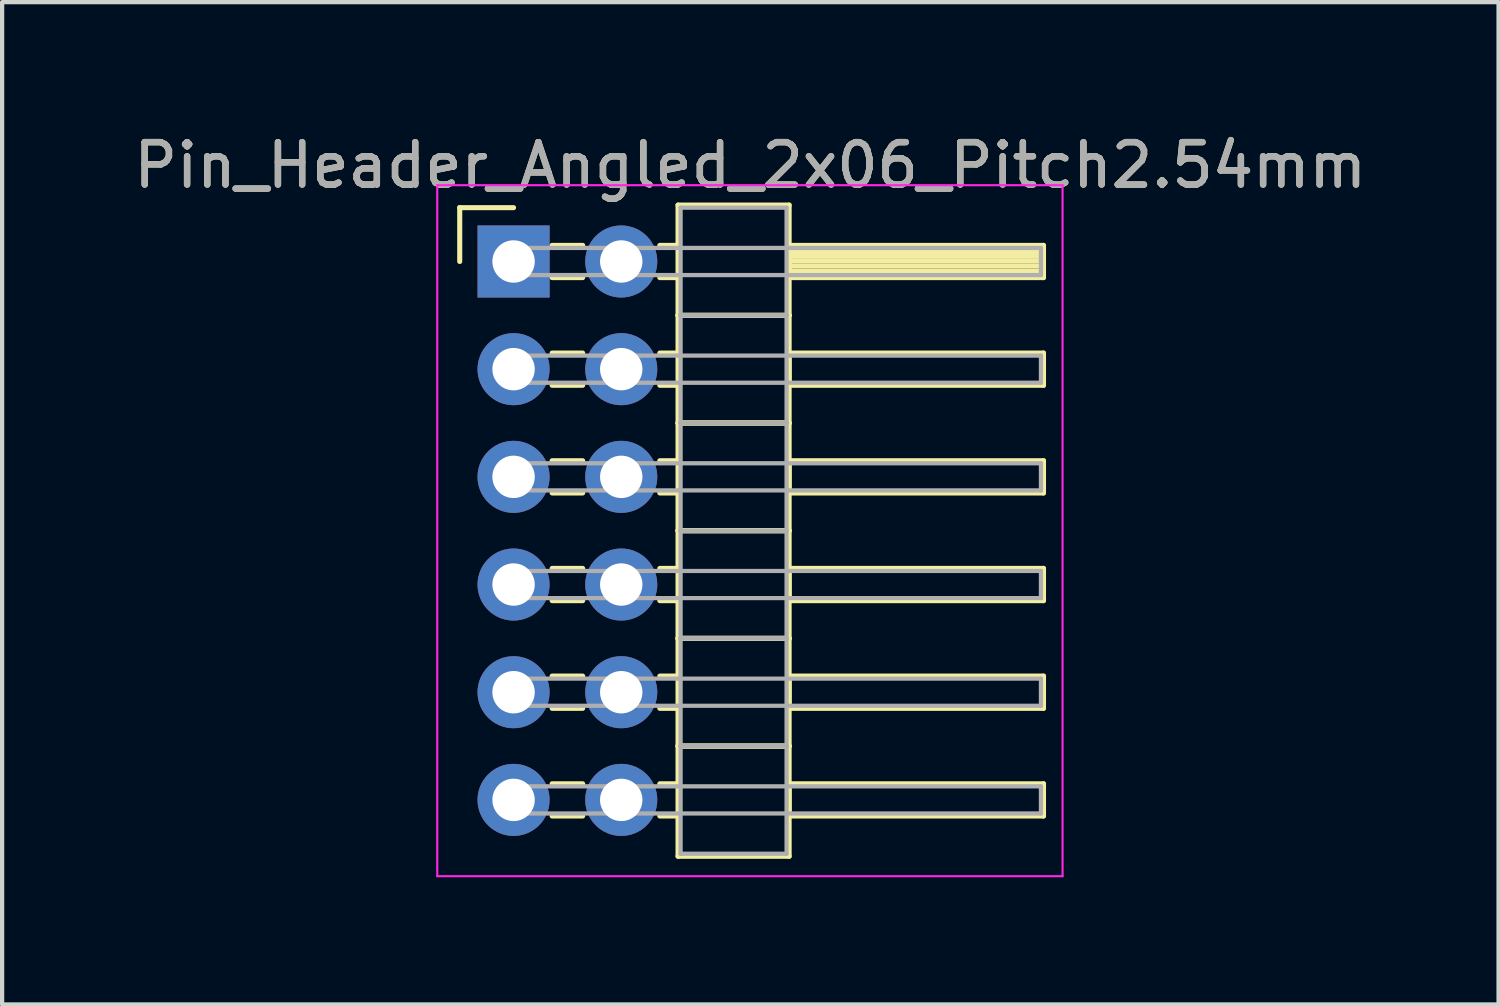
<source format=kicad_pcb>
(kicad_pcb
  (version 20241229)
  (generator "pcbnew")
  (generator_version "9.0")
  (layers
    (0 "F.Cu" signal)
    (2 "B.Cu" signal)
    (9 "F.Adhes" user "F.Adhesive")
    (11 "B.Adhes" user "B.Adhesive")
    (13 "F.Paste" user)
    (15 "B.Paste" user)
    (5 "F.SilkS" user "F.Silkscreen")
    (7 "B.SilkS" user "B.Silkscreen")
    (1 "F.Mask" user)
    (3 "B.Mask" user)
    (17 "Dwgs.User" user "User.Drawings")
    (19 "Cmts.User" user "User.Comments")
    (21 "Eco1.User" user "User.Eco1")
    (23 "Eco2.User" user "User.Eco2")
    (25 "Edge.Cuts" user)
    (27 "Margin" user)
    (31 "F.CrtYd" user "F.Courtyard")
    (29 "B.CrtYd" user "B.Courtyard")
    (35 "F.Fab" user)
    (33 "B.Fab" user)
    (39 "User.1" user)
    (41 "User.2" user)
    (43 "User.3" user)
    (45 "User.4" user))
  (footprint "Pin_Header_Angled_2x06_Pitch2.54mm"
    (layer "F.Cu")
    (at 9.064 3.118)
    (property "Reference" "Pin_Header_Angled_2x06_Pitch2.54mm" (at 5.585 -2.27 0) (layer "F.SilkS") (effects (font (size 1 1) (thickness 0.15))))
    (attr through_hole)
    (fp_line (start -1.27 -1.27) (end 0 -1.27) (stroke (width 0.12) (type solid)) (layer "F.SilkS"))
    (fp_line (start -1.27 0) (end -1.27 -1.27) (stroke (width 0.12) (type solid)) (layer "F.SilkS"))
    (fp_line (start 0.91 -0.38) (end 1.63 -0.38) (stroke (width 0.12) (type solid)) (layer "F.SilkS"))
    (fp_line (start 0.91 0.38) (end 1.63 0.38) (stroke (width 0.12) (type solid)) (layer "F.SilkS"))
    (fp_line (start 0.91 2.16) (end 1.63 2.16) (stroke (width 0.12) (type solid)) (layer "F.SilkS"))
    (fp_line (start 0.91 2.92) (end 1.63 2.92) (stroke (width 0.12) (type solid)) (layer "F.SilkS"))
    (fp_line (start 0.91 4.7) (end 1.63 4.7) (stroke (width 0.12) (type solid)) (layer "F.SilkS"))
    (fp_line (start 0.91 5.46) (end 1.63 5.46) (stroke (width 0.12) (type solid)) (layer "F.SilkS"))
    (fp_line (start 0.91 7.24) (end 1.63 7.24) (stroke (width 0.12) (type solid)) (layer "F.SilkS"))
    (fp_line (start 0.91 8) (end 1.63 8) (stroke (width 0.12) (type solid)) (layer "F.SilkS"))
    (fp_line (start 0.91 9.78) (end 1.63 9.78) (stroke (width 0.12) (type solid)) (layer "F.SilkS"))
    (fp_line (start 0.91 10.54) (end 1.63 10.54) (stroke (width 0.12) (type solid)) (layer "F.SilkS"))
    (fp_line (start 0.91 12.32) (end 1.63 12.32) (stroke (width 0.12) (type solid)) (layer "F.SilkS"))
    (fp_line (start 0.91 13.08) (end 1.63 13.08) (stroke (width 0.12) (type solid)) (layer "F.SilkS"))
    (fp_line (start 3.45 -0.38) (end 3.88 -0.38) (stroke (width 0.12) (type solid)) (layer "F.SilkS"))
    (fp_line (start 3.45 0.38) (end 3.88 0.38) (stroke (width 0.12) (type solid)) (layer "F.SilkS"))
    (fp_line (start 3.45 2.16) (end 3.88 2.16) (stroke (width 0.12) (type solid)) (layer "F.SilkS"))
    (fp_line (start 3.45 2.92) (end 3.88 2.92) (stroke (width 0.12) (type solid)) (layer "F.SilkS"))
    (fp_line (start 3.45 4.7) (end 3.88 4.7) (stroke (width 0.12) (type solid)) (layer "F.SilkS"))
    (fp_line (start 3.45 5.46) (end 3.88 5.46) (stroke (width 0.12) (type solid)) (layer "F.SilkS"))
    (fp_line (start 3.45 7.24) (end 3.88 7.24) (stroke (width 0.12) (type solid)) (layer "F.SilkS"))
    (fp_line (start 3.45 8) (end 3.88 8) (stroke (width 0.12) (type solid)) (layer "F.SilkS"))
    (fp_line (start 3.45 9.78) (end 3.88 9.78) (stroke (width 0.12) (type solid)) (layer "F.SilkS"))
    (fp_line (start 3.45 10.54) (end 3.88 10.54) (stroke (width 0.12) (type solid)) (layer "F.SilkS"))
    (fp_line (start 3.45 12.32) (end 3.88 12.32) (stroke (width 0.12) (type solid)) (layer "F.SilkS"))
    (fp_line (start 3.45 13.08) (end 3.88 13.08) (stroke (width 0.12) (type solid)) (layer "F.SilkS"))
    (fp_line (start 3.88 -1.33) (end 3.88 1.27) (stroke (width 0.12) (type solid)) (layer "F.SilkS"))
    (fp_line (start 3.88 1.27) (end 3.88 3.81) (stroke (width 0.12) (type solid)) (layer "F.SilkS"))
    (fp_line (start 3.88 1.27) (end 6.5 1.27) (stroke (width 0.12) (type solid)) (layer "F.SilkS"))
    (fp_line (start 3.88 3.81) (end 3.88 6.35) (stroke (width 0.12) (type solid)) (layer "F.SilkS"))
    (fp_line (start 3.88 3.81) (end 6.5 3.81) (stroke (width 0.12) (type solid)) (layer "F.SilkS"))
    (fp_line (start 3.88 6.35) (end 3.88 8.89) (stroke (width 0.12) (type solid)) (layer "F.SilkS"))
    (fp_line (start 3.88 6.35) (end 6.5 6.35) (stroke (width 0.12) (type solid)) (layer "F.SilkS"))
    (fp_line (start 3.88 8.89) (end 3.88 11.43) (stroke (width 0.12) (type solid)) (layer "F.SilkS"))
    (fp_line (start 3.88 8.89) (end 6.5 8.89) (stroke (width 0.12) (type solid)) (layer "F.SilkS"))
    (fp_line (start 3.88 11.43) (end 3.88 14.03) (stroke (width 0.12) (type solid)) (layer "F.SilkS"))
    (fp_line (start 3.88 11.43) (end 6.5 11.43) (stroke (width 0.12) (type solid)) (layer "F.SilkS"))
    (fp_line (start 3.88 14.03) (end 6.5 14.03) (stroke (width 0.12) (type solid)) (layer "F.SilkS"))
    (fp_line (start 6.5 -1.33) (end 3.88 -1.33) (stroke (width 0.12) (type solid)) (layer "F.SilkS"))
    (fp_line (start 6.5 -0.38) (end 6.5 0.38) (stroke (width 0.12) (type solid)) (layer "F.SilkS"))
    (fp_line (start 6.5 -0.26) (end 12.5 -0.26) (stroke (width 0.12) (type solid)) (layer "F.SilkS"))
    (fp_line (start 6.5 -0.14) (end 12.5 -0.14) (stroke (width 0.12) (type solid)) (layer "F.SilkS"))
    (fp_line (start 6.5 -0.02) (end 12.5 -0.02) (stroke (width 0.12) (type solid)) (layer "F.SilkS"))
    (fp_line (start 6.5 0.1) (end 12.5 0.1) (stroke (width 0.12) (type solid)) (layer "F.SilkS"))
    (fp_line (start 6.5 0.22) (end 12.5 0.22) (stroke (width 0.12) (type solid)) (layer "F.SilkS"))
    (fp_line (start 6.5 0.34) (end 12.5 0.34) (stroke (width 0.12) (type solid)) (layer "F.SilkS"))
    (fp_line (start 6.5 0.38) (end 12.5 0.38) (stroke (width 0.12) (type solid)) (layer "F.SilkS"))
    (fp_line (start 6.5 1.27) (end 3.88 1.27) (stroke (width 0.12) (type solid)) (layer "F.SilkS"))
    (fp_line (start 6.5 1.27) (end 6.5 -1.33) (stroke (width 0.12) (type solid)) (layer "F.SilkS"))
    (fp_line (start 6.5 2.16) (end 6.5 2.92) (stroke (width 0.12) (type solid)) (layer "F.SilkS"))
    (fp_line (start 6.5 2.92) (end 12.5 2.92) (stroke (width 0.12) (type solid)) (layer "F.SilkS"))
    (fp_line (start 6.5 3.81) (end 3.88 3.81) (stroke (width 0.12) (type solid)) (layer "F.SilkS"))
    (fp_line (start 6.5 3.81) (end 6.5 1.27) (stroke (width 0.12) (type solid)) (layer "F.SilkS"))
    (fp_line (start 6.5 4.7) (end 6.5 5.46) (stroke (width 0.12) (type solid)) (layer "F.SilkS"))
    (fp_line (start 6.5 5.46) (end 12.5 5.46) (stroke (width 0.12) (type solid)) (layer "F.SilkS"))
    (fp_line (start 6.5 6.35) (end 3.88 6.35) (stroke (width 0.12) (type solid)) (layer "F.SilkS"))
    (fp_line (start 6.5 6.35) (end 6.5 3.81) (stroke (width 0.12) (type solid)) (layer "F.SilkS"))
    (fp_line (start 6.5 7.24) (end 6.5 8) (stroke (width 0.12) (type solid)) (layer "F.SilkS"))
    (fp_line (start 6.5 8) (end 12.5 8) (stroke (width 0.12) (type solid)) (layer "F.SilkS"))
    (fp_line (start 6.5 8.89) (end 3.88 8.89) (stroke (width 0.12) (type solid)) (layer "F.SilkS"))
    (fp_line (start 6.5 8.89) (end 6.5 6.35) (stroke (width 0.12) (type solid)) (layer "F.SilkS"))
    (fp_line (start 6.5 9.78) (end 6.5 10.54) (stroke (width 0.12) (type solid)) (layer "F.SilkS"))
    (fp_line (start 6.5 10.54) (end 12.5 10.54) (stroke (width 0.12) (type solid)) (layer "F.SilkS"))
    (fp_line (start 6.5 11.43) (end 3.88 11.43) (stroke (width 0.12) (type solid)) (layer "F.SilkS"))
    (fp_line (start 6.5 11.43) (end 6.5 8.89) (stroke (width 0.12) (type solid)) (layer "F.SilkS"))
    (fp_line (start 6.5 12.32) (end 6.5 13.08) (stroke (width 0.12) (type solid)) (layer "F.SilkS"))
    (fp_line (start 6.5 13.08) (end 12.5 13.08) (stroke (width 0.12) (type solid)) (layer "F.SilkS"))
    (fp_line (start 6.5 14.03) (end 6.5 11.43) (stroke (width 0.12) (type solid)) (layer "F.SilkS"))
    (fp_line (start 12.5 -0.38) (end 6.5 -0.38) (stroke (width 0.12) (type solid)) (layer "F.SilkS"))
    (fp_line (start 12.5 0.38) (end 12.5 -0.38) (stroke (width 0.12) (type solid)) (layer "F.SilkS"))
    (fp_line (start 12.5 2.16) (end 6.5 2.16) (stroke (width 0.12) (type solid)) (layer "F.SilkS"))
    (fp_line (start 12.5 2.92) (end 12.5 2.16) (stroke (width 0.12) (type solid)) (layer "F.SilkS"))
    (fp_line (start 12.5 4.7) (end 6.5 4.7) (stroke (width 0.12) (type solid)) (layer "F.SilkS"))
    (fp_line (start 12.5 5.46) (end 12.5 4.7) (stroke (width 0.12) (type solid)) (layer "F.SilkS"))
    (fp_line (start 12.5 7.24) (end 6.5 7.24) (stroke (width 0.12) (type solid)) (layer "F.SilkS"))
    (fp_line (start 12.5 8) (end 12.5 7.24) (stroke (width 0.12) (type solid)) (layer "F.SilkS"))
    (fp_line (start 12.5 9.78) (end 6.5 9.78) (stroke (width 0.12) (type solid)) (layer "F.SilkS"))
    (fp_line (start 12.5 10.54) (end 12.5 9.78) (stroke (width 0.12) (type solid)) (layer "F.SilkS"))
    (fp_line (start 12.5 12.32) (end 6.5 12.32) (stroke (width 0.12) (type solid)) (layer "F.SilkS"))
    (fp_line (start 12.5 13.08) (end 12.5 12.32) (stroke (width 0.12) (type solid)) (layer "F.SilkS"))
    (fp_line (start -1.8 -1.8) (end -1.8 14.5) (stroke (width 0.05) (type solid)) (layer "F.CrtYd"))
    (fp_line (start -1.8 14.5) (end 12.95 14.5) (stroke (width 0.05) (type solid)) (layer "F.CrtYd"))
    (fp_line (start 12.95 -1.8) (end -1.8 -1.8) (stroke (width 0.05) (type solid)) (layer "F.CrtYd"))
    (fp_line (start 12.95 14.5) (end 12.95 -1.8) (stroke (width 0.05) (type solid)) (layer "F.CrtYd"))
    (fp_line (start 0 -0.32) (end 0 0.32) (stroke (width 0.1) (type solid)) (layer "F.Fab"))
    (fp_line (start 0 0.32) (end 12.44 0.32) (stroke (width 0.1) (type solid)) (layer "F.Fab"))
    (fp_line (start 0 2.22) (end 0 2.86) (stroke (width 0.1) (type solid)) (layer "F.Fab"))
    (fp_line (start 0 2.86) (end 12.44 2.86) (stroke (width 0.1) (type solid)) (layer "F.Fab"))
    (fp_line (start 0 4.76) (end 0 5.4) (stroke (width 0.1) (type solid)) (layer "F.Fab"))
    (fp_line (start 0 5.4) (end 12.44 5.4) (stroke (width 0.1) (type solid)) (layer "F.Fab"))
    (fp_line (start 0 7.3) (end 0 7.94) (stroke (width 0.1) (type solid)) (layer "F.Fab"))
    (fp_line (start 0 7.94) (end 12.44 7.94) (stroke (width 0.1) (type solid)) (layer "F.Fab"))
    (fp_line (start 0 9.84) (end 0 10.48) (stroke (width 0.1) (type solid)) (layer "F.Fab"))
    (fp_line (start 0 10.48) (end 12.44 10.48) (stroke (width 0.1) (type solid)) (layer "F.Fab"))
    (fp_line (start 0 12.38) (end 0 13.02) (stroke (width 0.1) (type solid)) (layer "F.Fab"))
    (fp_line (start 0 13.02) (end 12.44 13.02) (stroke (width 0.1) (type solid)) (layer "F.Fab"))
    (fp_line (start 3.94 -1.27) (end 3.94 1.27) (stroke (width 0.1) (type solid)) (layer "F.Fab"))
    (fp_line (start 3.94 1.27) (end 3.94 3.81) (stroke (width 0.1) (type solid)) (layer "F.Fab"))
    (fp_line (start 3.94 1.27) (end 6.44 1.27) (stroke (width 0.1) (type solid)) (layer "F.Fab"))
    (fp_line (start 3.94 3.81) (end 3.94 6.35) (stroke (width 0.1) (type solid)) (layer "F.Fab"))
    (fp_line (start 3.94 3.81) (end 6.44 3.81) (stroke (width 0.1) (type solid)) (layer "F.Fab"))
    (fp_line (start 3.94 6.35) (end 3.94 8.89) (stroke (width 0.1) (type solid)) (layer "F.Fab"))
    (fp_line (start 3.94 6.35) (end 6.44 6.35) (stroke (width 0.1) (type solid)) (layer "F.Fab"))
    (fp_line (start 3.94 8.89) (end 3.94 11.43) (stroke (width 0.1) (type solid)) (layer "F.Fab"))
    (fp_line (start 3.94 8.89) (end 6.44 8.89) (stroke (width 0.1) (type solid)) (layer "F.Fab"))
    (fp_line (start 3.94 11.43) (end 3.94 13.97) (stroke (width 0.1) (type solid)) (layer "F.Fab"))
    (fp_line (start 3.94 11.43) (end 6.44 11.43) (stroke (width 0.1) (type solid)) (layer "F.Fab"))
    (fp_line (start 3.94 13.97) (end 6.44 13.97) (stroke (width 0.1) (type solid)) (layer "F.Fab"))
    (fp_line (start 6.44 -1.27) (end 3.94 -1.27) (stroke (width 0.1) (type solid)) (layer "F.Fab"))
    (fp_line (start 6.44 1.27) (end 3.94 1.27) (stroke (width 0.1) (type solid)) (layer "F.Fab"))
    (fp_line (start 6.44 1.27) (end 6.44 -1.27) (stroke (width 0.1) (type solid)) (layer "F.Fab"))
    (fp_line (start 6.44 3.81) (end 3.94 3.81) (stroke (width 0.1) (type solid)) (layer "F.Fab"))
    (fp_line (start 6.44 3.81) (end 6.44 1.27) (stroke (width 0.1) (type solid)) (layer "F.Fab"))
    (fp_line (start 6.44 6.35) (end 3.94 6.35) (stroke (width 0.1) (type solid)) (layer "F.Fab"))
    (fp_line (start 6.44 6.35) (end 6.44 3.81) (stroke (width 0.1) (type solid)) (layer "F.Fab"))
    (fp_line (start 6.44 8.89) (end 3.94 8.89) (stroke (width 0.1) (type solid)) (layer "F.Fab"))
    (fp_line (start 6.44 8.89) (end 6.44 6.35) (stroke (width 0.1) (type solid)) (layer "F.Fab"))
    (fp_line (start 6.44 11.43) (end 3.94 11.43) (stroke (width 0.1) (type solid)) (layer "F.Fab"))
    (fp_line (start 6.44 11.43) (end 6.44 8.89) (stroke (width 0.1) (type solid)) (layer "F.Fab"))
    (fp_line (start 6.44 13.97) (end 6.44 11.43) (stroke (width 0.1) (type solid)) (layer "F.Fab"))
    (fp_line (start 12.44 -0.32) (end 0 -0.32) (stroke (width 0.1) (type solid)) (layer "F.Fab"))
    (fp_line (start 12.44 0.32) (end 12.44 -0.32) (stroke (width 0.1) (type solid)) (layer "F.Fab"))
    (fp_line (start 12.44 2.22) (end 0 2.22) (stroke (width 0.1) (type solid)) (layer "F.Fab"))
    (fp_line (start 12.44 2.86) (end 12.44 2.22) (stroke (width 0.1) (type solid)) (layer "F.Fab"))
    (fp_line (start 12.44 4.76) (end 0 4.76) (stroke (width 0.1) (type solid)) (layer "F.Fab"))
    (fp_line (start 12.44 5.4) (end 12.44 4.76) (stroke (width 0.1) (type solid)) (layer "F.Fab"))
    (fp_line (start 12.44 7.3) (end 0 7.3) (stroke (width 0.1) (type solid)) (layer "F.Fab"))
    (fp_line (start 12.44 7.94) (end 12.44 7.3) (stroke (width 0.1) (type solid)) (layer "F.Fab"))
    (fp_line (start 12.44 9.84) (end 0 9.84) (stroke (width 0.1) (type solid)) (layer "F.Fab"))
    (fp_line (start 12.44 10.48) (end 12.44 9.84) (stroke (width 0.1) (type solid)) (layer "F.Fab"))
    (fp_line (start 12.44 12.38) (end 0 12.38) (stroke (width 0.1) (type solid)) (layer "F.Fab"))
    (fp_line (start 12.44 13.02) (end 12.44 12.38) (stroke (width 0.1) (type solid)) (layer "F.Fab"))
    (fp_text user "${REFERENCE}" (at 5.585 -2.27 0) (layer "F.Fab") (effects (font (size 1 1) (thickness 0.15))))
    (pad "1" thru_hole rect (at 0 0) (size 1.7 1.7) (drill 1) (layers "*.Cu" "*.Mask"))
    (pad "2" thru_hole oval (at 2.54 0) (size 1.7 1.7) (drill 1) (layers "*.Cu" "*.Mask"))
    (pad "3" thru_hole oval (at 0 2.54) (size 1.7 1.7) (drill 1) (layers "*.Cu" "*.Mask"))
    (pad "4" thru_hole oval (at 2.54 2.54) (size 1.7 1.7) (drill 1) (layers "*.Cu" "*.Mask"))
    (pad "5" thru_hole oval (at 0 5.08) (size 1.7 1.7) (drill 1) (layers "*.Cu" "*.Mask"))
    (pad "6" thru_hole oval (at 2.54 5.08) (size 1.7 1.7) (drill 1) (layers "*.Cu" "*.Mask"))
    (pad "7" thru_hole oval (at 0 7.62) (size 1.7 1.7) (drill 1) (layers "*.Cu" "*.Mask"))
    (pad "8" thru_hole oval (at 2.54 7.62) (size 1.7 1.7) (drill 1) (layers "*.Cu" "*.Mask"))
    (pad "9" thru_hole oval (at 0 10.16) (size 1.7 1.7) (drill 1) (layers "*.Cu" "*.Mask"))
    (pad "10" thru_hole oval (at 2.54 10.16) (size 1.7 1.7) (drill 1) (layers "*.Cu" "*.Mask"))
    (pad "11" thru_hole oval (at 0 12.7) (size 1.7 1.7) (drill 1) (layers "*.Cu" "*.Mask"))
    (pad "12" thru_hole oval (at 2.54 12.7) (size 1.7 1.7) (drill 1) (layers "*.Cu" "*.Mask")))
  (gr_rect
    (start -3 -3)
    (end 32.298 20.643)
    (stroke (width 0.1) (type default))
    (fill no)
    (layer "Edge.Cuts")))
</source>
